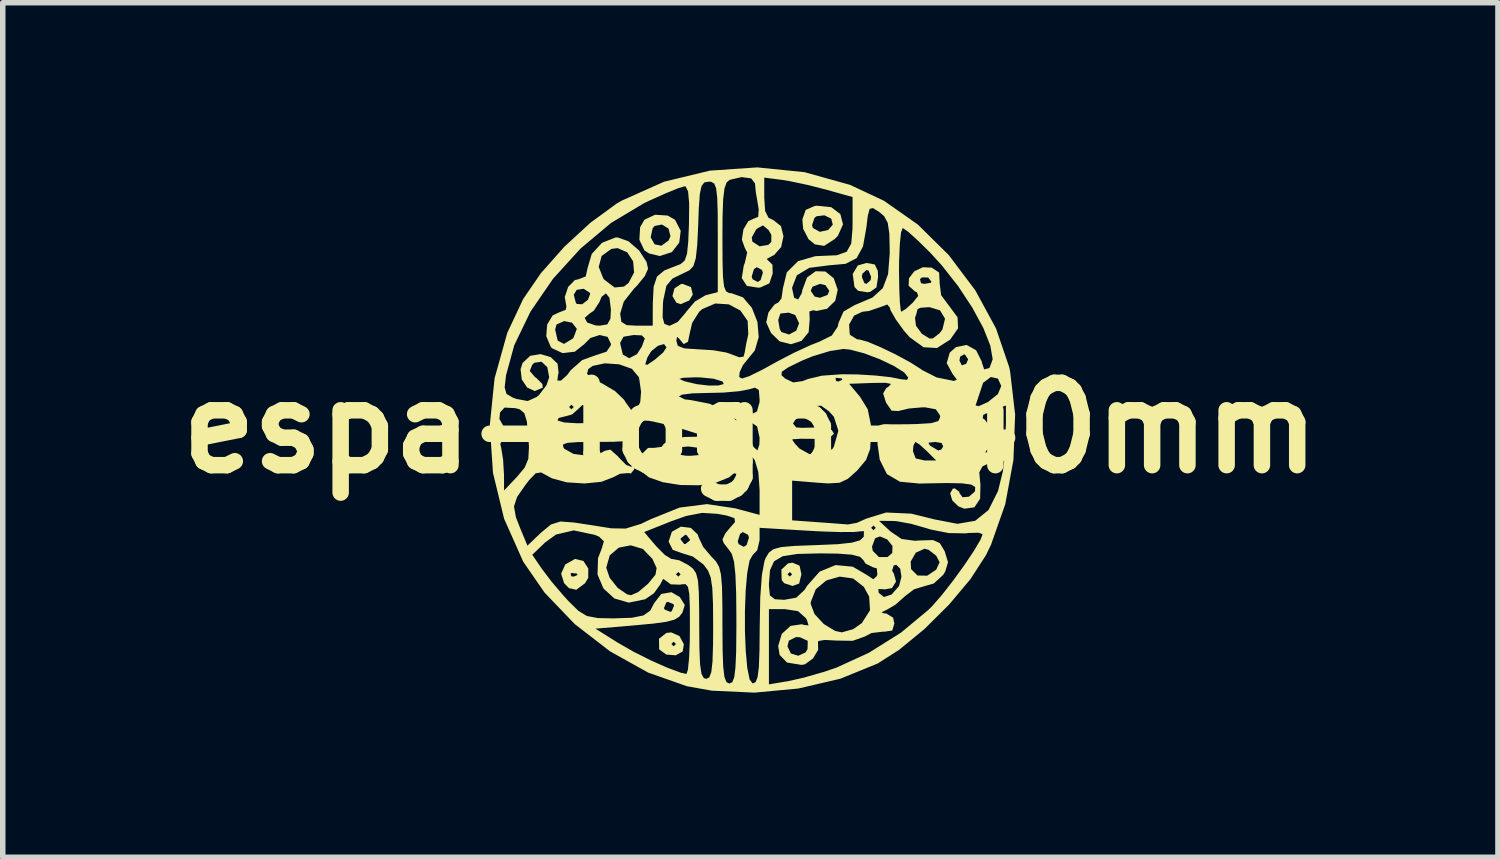
<source format=kicad_pcb>
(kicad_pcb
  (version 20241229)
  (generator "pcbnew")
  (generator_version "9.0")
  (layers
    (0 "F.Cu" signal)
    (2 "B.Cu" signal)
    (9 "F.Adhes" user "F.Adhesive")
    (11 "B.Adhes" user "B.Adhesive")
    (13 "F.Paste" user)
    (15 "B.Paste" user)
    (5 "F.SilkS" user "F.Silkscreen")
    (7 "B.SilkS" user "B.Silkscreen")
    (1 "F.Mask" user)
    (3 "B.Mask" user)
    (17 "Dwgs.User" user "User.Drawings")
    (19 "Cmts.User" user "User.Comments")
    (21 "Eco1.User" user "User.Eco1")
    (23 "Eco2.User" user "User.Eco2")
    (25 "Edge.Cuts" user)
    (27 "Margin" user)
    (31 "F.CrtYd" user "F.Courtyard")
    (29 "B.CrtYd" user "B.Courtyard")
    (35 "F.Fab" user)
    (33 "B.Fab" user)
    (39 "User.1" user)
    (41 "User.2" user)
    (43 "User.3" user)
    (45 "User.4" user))
  (footprint "espa-logo-40mm"
    (layer "F.Cu")
    (at 10.621 4.747)
    (property "Reference" "espa-logo-40mm" (at 0 0 0) (layer "F.SilkS") (effects (font (size 1.5 1.5) (thickness 0.3))))
    (attr board_only exclude_from_pos_files exclude_from_bom)
    (fp_poly (pts (xy -1.081 -2.565) (xy -1.048 -2.43) (xy -1.112 -2.323) (xy -1.269 -2.255) (xy -1.346 -2.281) (xy -1.419 -2.402) (xy -1.382 -2.543) (xy -1.26 -2.623) (xy -1.235 -2.625)) (stroke (width 0) (type solid)) (fill yes) (layer "F.SilkS"))
    (fp_poly (pts (xy 0.897 2.509) (xy 0.931 2.667) (xy 0.89 2.835) (xy 0.771 2.879) (xy 0.618 2.83) (xy 0.572 2.773) (xy 0.568 2.667) (xy 0.677 2.667) (xy 0.72 2.709) (xy 0.762 2.667) (xy 0.72 2.625) (xy 0.677 2.667) (xy 0.568 2.667) (xy 0.566 2.581) (xy 0.687 2.468) (xy 0.769 2.455)) (stroke (width 0) (type solid)) (fill yes) (layer "F.SilkS"))
    (fp_poly (pts (xy -1.291 3.792) (xy -1.211 3.941) (xy -1.232 4.072) (xy -1.359 4.143) (xy -1.531 4.129) (xy -1.654 4.04) (xy -1.661 4.026) (xy -1.662 3.937) (xy -1.439 3.937) (xy -1.397 3.979) (xy -1.355 3.937) (xy -1.397 3.895) (xy -1.439 3.937) (xy -1.662 3.937) (xy -1.664 3.842) (xy -1.531 3.736) (xy -1.443 3.725)) (stroke (width 0) (type solid)) (fill yes) (layer "F.SilkS"))
    (fp_poly (pts (xy -3.041 2.424) (xy -2.952 2.562) (xy -2.953 2.733) (xy -3.012 2.83) (xy -3.172 2.949) (xy -3.304 2.919) (xy -3.393 2.829) (xy -3.447 2.655) (xy -3.446 2.653) (xy -3.274 2.653) (xy -3.262 2.703) (xy -3.217 2.709) (xy -3.148 2.678) (xy -3.161 2.653) (xy -3.261 2.643) (xy -3.274 2.653) (xy -3.446 2.653) (xy -3.371 2.487) (xy -3.194 2.387) (xy -3.193 2.387)) (stroke (width 0) (type solid)) (fill yes) (layer "F.SilkS"))
    (fp_poly (pts (xy 2.268 -2.978) (xy 2.323 -2.861) (xy 2.328 -2.752) (xy 2.298 -2.56) (xy 2.185 -2.48) (xy 2.137 -2.471) (xy 1.962 -2.499) (xy 1.897 -2.571) (xy 1.873 -2.752) (xy 2.032 -2.752) (xy 2.078 -2.639) (xy 2.117 -2.625) (xy 2.192 -2.693) (xy 2.201 -2.752) (xy 2.156 -2.864) (xy 2.117 -2.879) (xy 2.042 -2.81) (xy 2.032 -2.752) (xy 1.873 -2.752) (xy 1.866 -2.805) (xy 1.959 -2.961) (xy 2.118 -3.006)) (stroke (width 0) (type solid)) (fill yes) (layer "F.SilkS"))
    (fp_poly (pts (xy -1.508 -3.87) (xy -1.372 -3.793) (xy -1.268 -3.591) (xy -1.295 -3.376) (xy -1.429 -3.204) (xy -1.646 -3.133) (xy -1.651 -3.133) (xy -1.845 -3.179) (xy -1.93 -3.234) (xy -2.021 -3.428) (xy -2.019 -3.473) (xy -1.816 -3.473) (xy -1.745 -3.346) (xy -1.62 -3.32) (xy -1.488 -3.416) (xy -1.455 -3.494) (xy -1.491 -3.633) (xy -1.611 -3.706) (xy -1.742 -3.68) (xy -1.779 -3.64) (xy -1.816 -3.473) (xy -2.019 -3.473) (xy -2.008 -3.657) (xy -1.93 -3.793) (xy -1.737 -3.884)) (stroke (width 0) (type solid)) (fill yes) (layer "F.SilkS"))
    (fp_poly (pts (xy 1.475 -4.022) (xy 1.641 -3.895) (xy 1.689 -3.709) (xy 1.597 -3.503) (xy 1.538 -3.442) (xy 1.345 -3.317) (xy 1.175 -3.345) (xy 1.06 -3.44) (xy 0.963 -3.627) (xy 0.957 -3.694) (xy 1.124 -3.694) (xy 1.141 -3.643) (xy 1.265 -3.573) (xy 1.418 -3.606) (xy 1.503 -3.704) (xy 1.473 -3.814) (xy 1.35 -3.874) (xy 1.209 -3.857) (xy 1.17 -3.829) (xy 1.124 -3.694) (xy 0.957 -3.694) (xy 0.948 -3.799) (xy 1.009 -3.973) (xy 1.173 -4.044) (xy 1.212 -4.049)) (stroke (width 0) (type solid)) (fill yes) (layer "F.SilkS"))
    (fp_poly (pts (xy 0.988 -4.66) (xy 1.816 -4.429) (xy 2.435 -4.139) (xy 3.052 -3.706) (xy 3.616 -3.149) (xy 4.1 -2.506) (xy 4.476 -1.814) (xy 4.716 -1.111) (xy 4.733 -1.033) (xy 4.825 -0.243) (xy 4.794 0.583) (xy 4.645 1.391) (xy 4.385 2.13) (xy 4.292 2.321) (xy 4.01 2.756) (xy 3.621 3.219) (xy 3.173 3.664) (xy 2.71 4.044) (xy 2.321 4.292) (xy 1.642 4.569) (xy 0.876 4.748) (xy 0.076 4.823) (xy -0.703 4.787) (xy -1.156 4.706) (xy -1.863 4.457) (xy -2.557 4.07) (xy -3.199 3.574) (xy -3.75 2.999) (xy -4.139 2.435) (xy -4.194 2.311) (xy -3.973 2.311) (xy -3.793 2.574) (xy -3.623 2.798) (xy -3.404 3.056) (xy -3.314 3.154) (xy -3.133 3.332) (xy -2.977 3.427) (xy -2.78 3.464) (xy -2.502 3.47) (xy -2.161 3.459) (xy -1.949 3.417) (xy -1.825 3.331) (xy -1.799 3.282) (xy -1.573 3.282) (xy -1.562 3.309) (xy -1.459 3.351) (xy -1.432 3.34) (xy -1.39 3.237) (xy -1.401 3.21) (xy -1.504 3.168) (xy -1.531 3.179) (xy -1.573 3.282) (xy -1.799 3.282) (xy -1.753 3.194) (xy -1.622 3.025) (xy -1.438 2.993) (xy -1.286 3.08) (xy -1.194 3.226) (xy -1.238 3.367) (xy -1.296 3.441) (xy -1.382 3.493) (xy -1.528 3.532) (xy -1.767 3.565) (xy -2.132 3.599) (xy -2.279 3.612) (xy -2.822 3.657) (xy -2.406 3.918) (xy -2.13 4.076) (xy -1.816 4.234) (xy -1.512 4.369) (xy -1.27 4.459) (xy -1.164 4.483) (xy -1.137 4.406) (xy -1.116 4.196) (xy -1.103 3.888) (xy -1.101 3.649) (xy -1.102 3.267) (xy -1.112 3.026) (xy -1.136 2.895) (xy -1.181 2.846) (xy -1.253 2.85) (xy -1.279 2.856) (xy -1.45 2.85) (xy -1.523 2.795) (xy -1.588 2.75) (xy -1.643 2.855) (xy -1.757 3.013) (xy -1.916 3.122) (xy -2.215 3.183) (xy -2.477 3.107) (xy -2.676 2.925) (xy -2.784 2.67) (xy -2.78 2.546) (xy -2.625 2.546) (xy -2.563 2.73) (xy -2.417 2.914) (xy -2.244 3.033) (xy -2.174 3.048) (xy -2.044 2.991) (xy -1.877 2.851) (xy -1.858 2.832) (xy -1.728 2.674) (xy -1.727 2.667) (xy -1.355 2.667) (xy -1.312 2.709) (xy -1.27 2.667) (xy -1.312 2.625) (xy -1.355 2.667) (xy -1.727 2.667) (xy -1.707 2.553) (xy -1.783 2.388) (xy -1.783 2.387) (xy -1.958 2.205) (xy -2.179 2.139) (xy -2.396 2.181) (xy -2.561 2.322) (xy -2.625 2.546) (xy -2.78 2.546) (xy -2.775 2.373) (xy -2.706 2.195) (xy -2.668 2.066) (xy -2.754 1.982) (xy -2.838 1.947) (xy -3.076 1.897) (xy -1.934 1.897) (xy -1.715 2.155) (xy -1.559 2.313) (xy -1.437 2.388) (xy -1.416 2.389) (xy -1.292 2.413) (xy -1.133 2.496) (xy -1.046 2.562) (xy -0.989 2.646) (xy -0.954 2.78) (xy -0.938 2.998) (xy -0.932 3.332) (xy -0.931 3.6) (xy -0.928 4.027) (xy -0.915 4.312) (xy -0.89 4.479) (xy -0.849 4.557) (xy -0.804 4.572) (xy -0.748 4.546) (xy -0.711 4.449) (xy -0.689 4.255) (xy -0.679 3.937) (xy -0.677 3.625) (xy -0.68 3.204) (xy -0.693 2.917) (xy -0.721 2.727) (xy -0.771 2.599) (xy -0.848 2.496) (xy -0.861 2.482) (xy -1.05 2.342) (xy -1.233 2.286) (xy -1.413 2.222) (xy -1.489 2.071) (xy -1.476 2.032) (xy -1.27 2.032) (xy -1.206 2.114) (xy -1.185 2.117) (xy -1.103 2.052) (xy -1.101 2.032) (xy -1.165 1.95) (xy -1.185 1.947) (xy -1.268 2.012) (xy -1.27 2.032) (xy -1.476 2.032) (xy -1.43 1.894) (xy -1.427 1.89) (xy -1.265 1.799) (xy -1.084 1.821) (xy -0.958 1.942) (xy -0.943 1.989) (xy -0.86 2.166) (xy -0.709 2.345) (xy -0.626 2.432) (xy -0.569 2.531) (xy -0.534 2.675) (xy -0.516 2.897) (xy -0.509 3.229) (xy -0.508 3.594) (xy -0.505 4.044) (xy -0.494 4.349) (xy -0.472 4.536) (xy -0.436 4.63) (xy -0.383 4.657) (xy -0.381 4.657) (xy -0.329 4.633) (xy -0.293 4.544) (xy -0.271 4.366) (xy -0.258 4.075) (xy -0.254 3.645) (xy -0.254 3.508) (xy -0.255 3.326) (xy -0.098 3.326) (xy -0.098 3.709) (xy -0.083 4.071) (xy -0.055 4.374) (xy -0.013 4.582) (xy 0.042 4.657) (xy 0.097 4.631) (xy 0.133 4.538) (xy 0.156 4.352) (xy 0.167 4.046) (xy 0.171 3.619) (xy 0.177 3.302) (xy 0.339 3.302) (xy 0.339 3.987) (xy 0.339 4.672) (xy 0.699 4.612) (xy 0.981 4.548) (xy 1.329 4.448) (xy 1.568 4.368) (xy 2.16 4.097) (xy 2.745 3.73) (xy 3.246 3.314) (xy 3.316 3.244) (xy 3.492 3.042) (xy 3.695 2.782) (xy 3.898 2.502) (xy 4.074 2.24) (xy 4.194 2.037) (xy 4.233 1.936) (xy 4.159 1.909) (xy 3.976 1.914) (xy 3.916 1.921) (xy 3.614 1.916) (xy 3.278 1.849) (xy 3.217 1.829) (xy 2.93 1.747) (xy 2.664 1.699) (xy 2.591 1.695) (xy 2.346 1.693) (xy 2.555 1.887) (xy 2.756 2.023) (xy 2.997 2.056) (xy 3.101 2.05) (xy 3.328 2.043) (xy 3.453 2.099) (xy 3.542 2.247) (xy 3.602 2.447) (xy 3.551 2.618) (xy 3.515 2.677) (xy 3.342 2.835) (xy 3.186 2.879) (xy 2.984 2.94) (xy 2.828 3.058) (xy 2.646 3.219) (xy 2.498 3.307) (xy 2.389 3.36) (xy 2.435 3.379) (xy 2.477 3.381) (xy 2.601 3.456) (xy 2.625 3.562) (xy 2.586 3.692) (xy 2.441 3.713) (xy 2.425 3.711) (xy 2.208 3.737) (xy 2.085 3.801) (xy 1.865 3.879) (xy 1.567 3.874) (xy 1.353 3.863) (xy 1.239 3.883) (xy 1.233 3.903) (xy 1.236 4.044) (xy 1.141 4.201) (xy 0.998 4.306) (xy 0.935 4.318) (xy 0.669 4.275) (xy 0.534 4.136) (xy 0.509 3.979) (xy 0.677 3.979) (xy 0.739 4.11) (xy 0.874 4.151) (xy 1.006 4.09) (xy 1.043 4.03) (xy 1.046 3.879) (xy 0.904 3.814) (xy 0.833 3.81) (xy 0.702 3.876) (xy 0.677 3.979) (xy 0.509 3.979) (xy 0.508 3.973) (xy 0.573 3.753) (xy 0.734 3.607) (xy 0.937 3.577) (xy 0.982 3.59) (xy 1.061 3.598) (xy 1.032 3.502) (xy 1.015 3.469) (xy 0.869 3.338) (xy 0.632 3.302) (xy 0.339 3.302) (xy 0.177 3.302) (xy 0.179 3.21) (xy 1.101 3.21) (xy 1.17 3.391) (xy 1.339 3.573) (xy 1.545 3.699) (xy 1.666 3.725) (xy 1.873 3.667) (xy 2.032 3.556) (xy 2.181 3.322) (xy 2.165 3.072) (xy 2.09 2.936) (xy 2.332 2.936) (xy 2.34 3.005) (xy 2.434 3.081) (xy 2.573 3.036) (xy 2.704 2.888) (xy 2.711 2.875) (xy 2.754 2.712) (xy 2.731 2.565) (xy 2.66 2.494) (xy 2.612 2.506) (xy 2.583 2.602) (xy 2.616 2.656) (xy 2.655 2.8) (xy 2.581 2.918) (xy 2.442 2.943) (xy 2.426 2.938) (xy 2.332 2.936) (xy 2.09 2.936) (xy 2.07 2.898) (xy 1.874 2.743) (xy 1.629 2.709) (xy 1.385 2.779) (xy 1.193 2.939) (xy 1.102 3.171) (xy 1.101 3.21) (xy 0.179 3.21) (xy 0.181 3.083) (xy 0.197 2.873) (xy 0.339 2.873) (xy 0.357 3.052) (xy 0.446 3.121) (xy 0.614 3.132) (xy 0.837 3.093) (xy 0.991 2.948) (xy 1.034 2.877) (xy 1.263 2.618) (xy 1.554 2.499) (xy 1.866 2.528) (xy 2.127 2.681) (xy 2.241 2.757) (xy 2.301 2.704) (xy 2.315 2.671) (xy 2.305 2.559) (xy 2.238 2.54) (xy 2.099 2.472) (xy 2.076 2.435) (xy 2.922 2.435) (xy 2.929 2.572) (xy 3.047 2.689) (xy 3.224 2.692) (xy 3.387 2.582) (xy 3.449 2.447) (xy 3.387 2.328) (xy 3.248 2.221) (xy 3.175 2.201) (xy 3.015 2.273) (xy 2.922 2.435) (xy 2.076 2.435) (xy 2.063 2.413) (xy 2.001 2.349) (xy 1.855 2.31) (xy 1.595 2.29) (xy 1.264 2.286) (xy 0.856 2.296) (xy 0.589 2.338) (xy 0.433 2.43) (xy 0.359 2.591) (xy 0.339 2.839) (xy 0.339 2.873) (xy 0.197 2.873) (xy 0.211 2.678) (xy 0.259 2.421) (xy 0.279 2.371) (xy 0.338 2.272) (xy 0.421 2.209) (xy 0.563 2.171) (xy 0.652 2.163) (xy 2.217 2.163) (xy 2.23 2.238) (xy 2.344 2.353) (xy 2.5 2.353) (xy 2.587 2.278) (xy 2.59 2.15) (xy 2.495 2.032) (xy 2.363 1.977) (xy 2.275 2.009) (xy 2.217 2.163) (xy 0.652 2.163) (xy 0.8 2.15) (xy 1.168 2.136) (xy 1.201 2.135) (xy 1.597 2.118) (xy 1.853 2.09) (xy 1.999 2.048) (xy 2.064 1.984) (xy 2.067 1.977) (xy 2.07 1.881) (xy 2.012 1.884) (xy 1.886 1.896) (xy 1.633 1.897) (xy 1.294 1.886) (xy 1.037 1.872) (xy 0.17 1.82) (xy 2.201 1.82) (xy 2.244 1.863) (xy 2.286 1.82) (xy 2.244 1.778) (xy 2.201 1.82) (xy 0.17 1.82) (xy 0.169 1.82) (xy 0.169 2.044) (xy 0.126 2.228) (xy 0.042 2.317) (xy -0.014 2.416) (xy -0.056 2.642) (xy -0.084 2.958) (xy -0.098 3.326) (xy -0.255 3.326) (xy -0.258 3.016) (xy -0.272 2.668) (xy -0.297 2.436) (xy -0.338 2.295) (xy -0.381 2.232) (xy -0.485 2.097) (xy -0.495 2.068) (xy -0.229 2.068) (xy -0.212 2.117) (xy -0.118 2.167) (xy -0.066 2.131) (xy -0.025 1.996) (xy -0.042 1.947) (xy -0.136 1.897) (xy -0.188 1.933) (xy -0.229 2.068) (xy -0.495 2.068) (xy -0.508 2.032) (xy -0.454 1.919) (xy -0.381 1.832) (xy -0.279 1.715) (xy -0.289 1.644) (xy -0.432 1.596) (xy -0.602 1.565) (xy -0.877 1.548) (xy -1.169 1.604) (xy -1.442 1.701) (xy -1.934 1.897) (xy -3.076 1.897) (xy -3.218 1.867) (xy -3.541 1.943) (xy -3.739 2.087) (xy -3.973 2.311) (xy -4.194 2.311) (xy -4.486 1.655) (xy -4.54 1.432) (xy -4.306 1.432) (xy -4.271 1.627) (xy -4.189 1.837) (xy -4.061 2.145) (xy -3.813 1.908) (xy -3.631 1.758) (xy -3.46 1.705) (xy -3.214 1.723) (xy -3.201 1.725) (xy -2.885 1.773) (xy -2.578 1.822) (xy -2.532 1.829) (xy -2.273 1.834) (xy -1.994 1.749) (xy -1.812 1.662) (xy -1.288 1.451) (xy -0.788 1.388) (xy -0.275 1.465) (xy 0.169 1.584) (xy 0.169 1.125) (xy 0.157 0.96) (xy 0.762 0.96) (xy 0.762 1.322) (xy 0.762 1.684) (xy 1.206 1.716) (xy 1.485 1.736) (xy 1.705 1.753) (xy 1.778 1.759) (xy 1.942 1.729) (xy 2.117 1.651) (xy 2.474 1.541) (xy 2.934 1.562) (xy 3.359 1.667) (xy 3.773 1.747) (xy 4.097 1.692) (xy 4.34 1.496) (xy 4.513 1.15) (xy 4.601 0.792) (xy 4.625 0.612) (xy 4.578 0.564) (xy 4.417 0.613) (xy 4.395 0.622) (xy 4.229 0.701) (xy 4.172 0.809) (xy 4.19 1.011) (xy 4.193 1.028) (xy 4.187 1.29) (xy 4.083 1.446) (xy 3.902 1.472) (xy 3.791 1.429) (xy 3.679 1.32) (xy 3.641 1.19) (xy 3.69 1.107) (xy 3.725 1.101) (xy 3.808 1.165) (xy 3.81 1.185) (xy 3.866 1.263) (xy 3.983 1.253) (xy 4.084 1.166) (xy 4.095 1.143) (xy 4.097 1.077) (xy 4.027 1.033) (xy 3.862 1.01) (xy 3.578 1.004) (xy 3.152 1.012) (xy 3.087 1.014) (xy 2.726 0.98) (xy 2.489 0.841) (xy 2.358 0.579) (xy 2.336 0.423) (xy 2.963 0.423) (xy 3.013 0.556) (xy 3.175 0.593) (xy 3.387 0.593) (xy 3.217 0.423) (xy 3.081 0.3) (xy 3.029 0.269) (xy 3.244 0.269) (xy 3.271 0.318) (xy 3.302 0.339) (xy 3.423 0.411) (xy 3.478 0.394) (xy 3.514 0.339) (xy 3.486 0.275) (xy 3.37 0.255) (xy 3.244 0.269) (xy 3.029 0.269) (xy 3.006 0.254) (xy 2.971 0.325) (xy 2.963 0.423) (xy 2.336 0.423) (xy 2.318 0.296) (xy 2.316 0.12) (xy 4.155 0.12) (xy 4.171 0.23) (xy 4.2 0.231) (xy 4.22 0.118) (xy 4.207 0.069) (xy 4.169 0.037) (xy 4.155 0.12) (xy 2.316 0.12) (xy 2.315 0.059) (xy 2.352 -0.049) (xy 2.439 -0.069) (xy 2.603 -0.065) (xy 2.864 -0.067) (xy 3.033 -0.071) (xy 3.296 -0.087) (xy 3.426 -0.125) (xy 3.45 -0.177) (xy 4.234 -0.177) (xy 4.276 -0.147) (xy 4.38 -0.005) (xy 4.393 0.203) (xy 4.315 0.397) (xy 4.297 0.417) (xy 4.284 0.455) (xy 4.388 0.404) (xy 4.424 0.382) (xy 4.588 0.239) (xy 4.651 0.045) (xy 4.657 -0.087) (xy 4.657 -0.409) (xy 4.403 -0.313) (xy 4.244 -0.238) (xy 4.234 -0.177) (xy 3.45 -0.177) (xy 3.459 -0.198) (xy 3.454 -0.233) (xy 3.379 -0.34) (xy 3.186 -0.375) (xy 3.131 -0.375) (xy 2.89 -0.354) (xy 2.709 -0.311) (xy 2.703 -0.308) (xy 2.574 -0.315) (xy 2.473 -0.46) (xy 2.42 -0.628) (xy 2.475 -0.724) (xy 2.502 -0.742) (xy 3.952 -0.742) (xy 3.954 -0.648) (xy 3.993 -0.554) (xy 4.07 -0.417) (xy 4.163 -0.397) (xy 4.33 -0.472) (xy 4.511 -0.617) (xy 4.572 -0.764) (xy 4.512 -0.899) (xy 4.383 -0.928) (xy 4.276 -0.847) (xy 4.156 -0.775) (xy 4.061 -0.762) (xy 3.952 -0.742) (xy 2.502 -0.742) (xy 2.522 -0.754) (xy 2.564 -0.802) (xy 2.464 -0.822) (xy 2.234 -0.82) (xy 1.801 -0.804) (xy 2.001 -0.565) (xy 2.139 -0.341) (xy 2.196 -0.063) (xy 2.201 0.098) (xy 2.183 0.383) (xy 2.109 0.582) (xy 1.949 0.774) (xy 1.944 0.779) (xy 1.777 0.928) (xy 1.625 0.999) (xy 1.417 1.011) (xy 1.224 0.998) (xy 0.762 0.96) (xy 0.157 0.96) (xy 0.146 0.805) (xy 0.082 0.59) (xy 0.051 0.547) (xy -0.047 0.478) (xy -0.1 0.559) (xy -0.108 0.587) (xy -0.205 0.742) (xy -0.381 0.897) (xy -0.384 0.899) (xy -0.629 0.999) (xy -0.94 1.045) (xy -1.274 1.04) (xy -1.59 0.99) (xy -1.847 0.901) (xy -2.003 0.777) (xy -2.031 0.688) (xy -1.981 0.48) (xy -1.923 0.423) (xy -1.439 0.423) (xy -1.364 0.476) (xy -1.176 0.506) (xy -1.096 0.508) (xy -0.881 0.49) (xy -0.799 0.442) (xy -0.804 0.423) (xy -0.917 0.366) (xy -1.122 0.339) (xy -1.148 0.339) (xy -1.342 0.36) (xy -1.437 0.413) (xy -1.439 0.423) (xy -1.923 0.423) (xy -1.863 0.364) (xy -1.751 0.363) (xy -1.617 0.345) (xy -1.576 0.291) (xy -1.468 0.212) (xy -0.762 0.212) (xy -0.72 0.254) (xy -0.677 0.212) (xy -0.72 0.169) (xy -0.762 0.212) (xy -1.468 0.212) (xy -1.454 0.202) (xy -1.19 0.164) (xy -1.167 0.164) (xy -0.804 0.158) (xy -1.185 0.035) (xy -1.485 -0.051) (xy -1.77 -0.116) (xy -1.841 -0.129) (xy -2.03 -0.141) (xy -2.105 -0.083) (xy -2.117 0.043) (xy -2.124 0.147) (xy -2.168 0.21) (xy -2.284 0.241) (xy -2.505 0.253) (xy -2.804 0.254) (xy -3.141 0.258) (xy -3.335 0.272) (xy -3.414 0.303) (xy -3.405 0.357) (xy -3.387 0.381) (xy -3.222 0.473) (xy -2.983 0.505) (xy -2.755 0.475) (xy -2.652 0.417) (xy -2.55 0.395) (xy -2.411 0.519) (xy -2.393 0.541) (xy -2.263 0.673) (xy -2.175 0.706) (xy -2.17 0.703) (xy -2.122 0.716) (xy -2.117 0.757) (xy -2.176 0.83) (xy -2.226 0.823) (xy -2.374 0.835) (xy -2.496 0.898) (xy -2.715 0.982) (xy -3.022 1.012) (xy -3.346 0.991) (xy -3.615 0.918) (xy -3.678 0.884) (xy -3.811 0.811) (xy -3.91 0.826) (xy -4.029 0.95) (xy -4.099 1.041) (xy -4.251 1.26) (xy -4.306 1.432) (xy -4.54 1.432) (xy -4.689 0.818) (xy -4.747 -0.046) (xy -4.735 -0.164) (xy -4.572 -0.164) (xy -4.497 -0.031) (xy -4.36 0.035) (xy -4.191 0.112) (xy -4.155 0.196) (xy -4.251 0.241) (xy -4.367 0.232) (xy -4.522 0.22) (xy -4.555 0.293) (xy -4.538 0.37) (xy -4.504 0.582) (xy -4.489 0.841) (xy -4.488 0.845) (xy -4.487 1.14) (xy -4.248 0.887) (xy -4.111 0.723) (xy -4.045 0.564) (xy -4.033 0.345) (xy -4.044 0.157) (xy -4.072 -0.12) (xy -4.077 -0.136) (xy -3.513 -0.136) (xy -3.393 -0.1) (xy -3.15 -0.085) (xy -3.144 -0.085) (xy -2.89 -0.09) (xy -2.773 -0.115) (xy -2.758 -0.176) (xy -2.794 -0.254) (xy -2.919 -0.388) (xy -3.057 -0.419) (xy -3.148 -0.334) (xy -3.247 -0.246) (xy -3.322 -0.224) (xy -3.494 -0.181) (xy -3.513 -0.136) (xy -4.077 -0.136) (xy -4.118 -0.27) (xy -4.203 -0.34) (xy -4.281 -0.36) (xy -4.478 -0.371) (xy -4.56 -0.283) (xy -4.572 -0.164) (xy -4.735 -0.164) (xy -4.713 -0.381) (xy -3.302 -0.381) (xy -3.26 -0.339) (xy -3.217 -0.381) (xy -3.26 -0.423) (xy -3.302 -0.381) (xy -4.713 -0.381) (xy -4.677 -0.738) (xy -4.476 -0.738) (xy -4.442 -0.62) (xy -4.323 -0.55) (xy -4.264 -0.529) (xy -4.056 -0.49) (xy -3.893 -0.564) (xy -3.849 -0.601) (xy -3.714 -0.778) (xy -3.665 -0.923) (xy -3.699 -1.107) (xy -3.805 -1.207) (xy -3.935 -1.187) (xy -3.972 -1.152) (xy -4.019 -1.039) (xy -3.927 -0.93) (xy -3.899 -0.91) (xy -3.789 -0.801) (xy -3.782 -0.733) (xy -3.928 -0.672) (xy -4.066 -0.736) (xy -4.164 -0.883) (xy -4.186 -1.07) (xy -4.149 -1.185) (xy -4.008 -1.315) (xy -3.821 -1.345) (xy -3.638 -1.291) (xy -3.512 -1.171) (xy -3.493 -1.001) (xy -3.502 -0.975) (xy -3.516 -0.862) (xy -3.45 -0.862) (xy -3.337 -0.964) (xy -3.32 -0.987) (xy -2.976 -0.987) (xy -2.879 -0.899) (xy -2.701 -0.811) (xy -2.467 -0.673) (xy -2.299 -0.512) (xy -2.27 -0.464) (xy -2.164 -0.318) (xy -2.069 -0.326) (xy -2.005 -0.476) (xy -1.997 -0.575) (xy -1.301 -0.575) (xy -1.301 -0.574) (xy -1.193 -0.52) (xy -1.075 -0.506) (xy -0.738 -0.44) (xy -0.41 -0.273) (xy -0.151 -0.042) (xy -0.05 0.121) (xy 0.059 0.347) (xy 0.129 0.409) (xy 0.164 0.308) (xy 0.168 0.214) (xy 0.762 0.214) (xy 0.814 0.288) (xy 0.895 0.375) (xy 1.099 0.489) (xy 1.322 0.49) (xy 1.496 0.383) (xy 1.521 0.344) (xy 1.604 0.052) (xy 1.523 -0.202) (xy 1.434 -0.302) (xy 1.291 -0.405) (xy 1.16 -0.398) (xy 1.038 -0.336) (xy 0.848 -0.197) (xy 0.778 -0.079) (xy 0.836 -0.009) (xy 0.943 -0.002) (xy 1.293 -0.01) (xy 1.484 0.038) (xy 1.524 0.106) (xy 1.445 0.178) (xy 1.206 0.2) (xy 1.143 0.199) (xy 0.916 0.197) (xy 0.78 0.206) (xy 0.762 0.214) (xy 0.168 0.214) (xy 0.169 0.179) (xy 0.124 -0.027) (xy -0.021 -0.128) (xy -0.212 -0.191) (xy -0.021 -0.228) (xy 0.121 -0.3) (xy 0.168 -0.47) (xy 0.169 -0.52) (xy 0.155 -0.692) (xy 0.085 -0.734) (xy -0.021 -0.704) (xy -0.204 -0.669) (xy -0.489 -0.644) (xy -0.777 -0.637) (xy -1.054 -0.63) (xy -1.242 -0.607) (xy -1.301 -0.575) (xy -1.997 -0.575) (xy -1.99 -0.657) (xy -2.024 -0.893) (xy -1.292 -0.893) (xy -1.214 -0.856) (xy -1.185 -0.847) (xy -0.973 -0.797) (xy -0.756 -0.772) (xy -0.578 -0.774) (xy -0.484 -0.8) (xy -0.508 -0.847) (xy -0.667 -0.896) (xy -0.916 -0.921) (xy -1.016 -0.922) (xy -1.231 -0.913) (xy -1.292 -0.893) (xy -2.024 -0.893) (xy -2.028 -0.921) (xy -2.154 -1.073) (xy -2.159 -1.077) (xy -2.389 -1.159) (xy -2.39 -1.159) (xy -1.914 -1.159) (xy -1.878 -1.149) (xy -1.737 -1.246) (xy -1.589 -1.374) (xy -1.527 -1.467) (xy -1.572 -1.528) (xy -1.682 -1.497) (xy -1.803 -1.4) (xy -1.873 -1.289) (xy -1.914 -1.159) (xy -2.39 -1.159) (xy -2.65 -1.177) (xy -2.871 -1.13) (xy -2.951 -1.074) (xy -2.976 -0.987) (xy -3.32 -0.987) (xy -3.27 -1.054) (xy -3.063 -1.236) (xy -2.837 -1.318) (xy -2.62 -1.389) (xy -2.542 -1.506) (xy -2.54 -1.533) (xy -2.542 -1.538) (xy -2.371 -1.538) (xy -2.323 -1.337) (xy -2.207 -1.27) (xy -2.066 -1.344) (xy -1.976 -1.482) (xy -1.938 -1.587) (xy -1.348 -1.587) (xy -1.321 -1.495) (xy -1.202 -1.449) (xy -0.953 -1.433) (xy -0.953 -1.433) (xy -0.673 -1.415) (xy -0.442 -1.375) (xy -0.381 -1.355) (xy -0.201 -1.287) (xy -0.123 -1.299) (xy -0.102 -1.376) (xy -0.075 -1.535) (xy -0.037 -1.706) (xy -0.049 -1.951) (xy -0.182 -2.14) (xy -0.393 -2.252) (xy -0.639 -2.267) (xy -0.876 -2.165) (xy -0.931 -2.117) (xy -1.059 -1.915) (xy -1.101 -1.736) (xy -1.136 -1.569) (xy -1.215 -1.527) (xy -1.299 -1.63) (xy -1.336 -1.66) (xy -1.348 -1.587) (xy -1.938 -1.587) (xy -1.922 -1.631) (xy -1.976 -1.686) (xy -2.125 -1.693) (xy -2.31 -1.662) (xy -2.37 -1.555) (xy -2.371 -1.538) (xy -2.542 -1.538) (xy -2.601 -1.659) (xy -2.745 -1.693) (xy -2.913 -1.639) (xy -3.028 -1.524) (xy -3.198 -1.389) (xy -3.42 -1.363) (xy -3.615 -1.453) (xy -3.636 -1.477) (xy -3.718 -1.672) (xy -3.709 -1.792) (xy -3.556 -1.792) (xy -3.51 -1.591) (xy -3.395 -1.531) (xy -3.241 -1.624) (xy -3.22 -1.647) (xy -3.161 -1.806) (xy -3.248 -1.918) (xy -3.392 -1.947) (xy -3.531 -1.884) (xy -3.556 -1.792) (xy -3.709 -1.792) (xy -3.701 -1.885) (xy -3.628 -2.005) (xy -3.018 -2.005) (xy -2.972 -1.921) (xy -2.821 -1.868) (xy -2.747 -1.863) (xy -2.607 -1.886) (xy -2.549 -1.988) (xy -2.54 -2.159) (xy -2.567 -2.371) (xy -2.631 -2.452) (xy -2.711 -2.387) (xy -2.749 -2.294) (xy -2.852 -2.135) (xy -2.93 -2.083) (xy -3.018 -2.005) (xy -3.628 -2.005) (xy -3.601 -2.05) (xy -3.491 -2.102) (xy -3.363 -2.152) (xy -3.351 -2.212) (xy -3.381 -2.385) (xy -3.367 -2.427) (xy -3.217 -2.427) (xy -3.18 -2.284) (xy -3.162 -2.259) (xy -3.064 -2.253) (xy -2.959 -2.334) (xy -2.918 -2.441) (xy -2.927 -2.465) (xy -3.038 -2.536) (xy -3.164 -2.515) (xy -3.217 -2.427) (xy -3.367 -2.427) (xy -3.319 -2.57) (xy -3.196 -2.694) (xy -3.131 -2.709) (xy -2.999 -2.76) (xy -2.963 -2.921) (xy -2.959 -2.934) (xy -2.762 -2.934) (xy -2.679 -2.724) (xy -2.662 -2.703) (xy -2.473 -2.559) (xy -2.302 -2.575) (xy -2.218 -2.642) (xy -2.118 -2.832) (xy -2.135 -3.035) (xy -2.243 -3.2) (xy -2.418 -3.276) (xy -2.532 -3.262) (xy -2.709 -3.133) (xy -2.762 -2.934) (xy -2.959 -2.934) (xy -2.889 -3.171) (xy -2.702 -3.373) (xy -2.459 -3.469) (xy -2.419 -3.471) (xy -2.222 -3.402) (xy -2.026 -3.233) (xy -1.891 -3.025) (xy -1.863 -2.901) (xy -1.921 -2.769) (xy -2.065 -2.591) (xy -2.117 -2.54) (xy -2.306 -2.3) (xy -2.371 -2.083) (xy -2.35 -1.934) (xy -2.254 -1.873) (xy -2.074 -1.863) (xy -1.778 -1.863) (xy -1.778 -2.013) (xy -1.598 -2.013) (xy -1.565 -1.896) (xy -1.48 -1.863) (xy -1.465 -1.863) (xy -1.322 -1.932) (xy -1.18 -2.097) (xy -1.17 -2.114) (xy -1.007 -2.305) (xy -0.814 -2.418) (xy -0.81 -2.419) (xy -0.593 -2.474) (xy -0.593 -3.462) (xy -0.508 -3.462) (xy -0.506 -3.035) (xy -0.498 -2.749) (xy -0.478 -2.577) (xy -0.442 -2.489) (xy -0.386 -2.458) (xy -0.345 -2.455) (xy -0.135 -2.38) (xy 0.028 -2.189) (xy 0.13 -1.931) (xy 0.153 -1.656) (xy 0.083 -1.413) (xy 0.008 -1.32) (xy -0.134 -1.145) (xy -0.194 -1.017) (xy -0.202 -0.927) (xy -0.151 -0.9) (xy -0.017 -0.944) (xy 0.017 -0.961) (xy 0.568 -0.961) (xy 0.637 -0.898) (xy 0.782 -0.829) (xy 0.952 -0.853) (xy 1.053 -0.892) (xy 1.099 -0.903) (xy 1.552 -0.903) (xy 1.564 -0.853) (xy 1.609 -0.847) (xy 1.678 -0.878) (xy 1.665 -0.903) (xy 1.565 -0.913) (xy 1.552 -0.903) (xy 1.099 -0.903) (xy 1.305 -0.952) (xy 1.67 -0.978) (xy 1.948 -0.975) (xy 2.278 -0.955) (xy 2.554 -0.925) (xy 2.722 -0.892) (xy 2.731 -0.889) (xy 2.853 -0.876) (xy 2.879 -0.915) (xy 2.805 -1.01) (xy 2.615 -1.13) (xy 2.357 -1.253) (xy 2.077 -1.359) (xy 1.822 -1.426) (xy 1.698 -1.439) (xy 1.451 -1.401) (xy 1.14 -1.307) (xy 0.939 -1.225) (xy 0.69 -1.103) (xy 0.574 -1.024) (xy 0.568 -0.961) (xy 0.017 -0.961) (xy 0.223 -1.063) (xy 0.495 -1.213) (xy 0.801 -1.372) (xy 1.101 -1.51) (xy 1.257 -1.571) (xy 1.484 -1.683) (xy 1.591 -1.842) (xy 1.601 -1.884) (xy 1.8 -1.884) (xy 1.811 -1.71) (xy 1.82 -1.694) (xy 1.943 -1.616) (xy 1.996 -1.609) (xy 2.138 -1.57) (xy 2.373 -1.471) (xy 2.648 -1.339) (xy 2.909 -1.198) (xy 3.104 -1.075) (xy 3.133 -1.053) (xy 3.395 -0.92) (xy 3.71 -0.856) (xy 3.764 -0.881) (xy 3.685 -0.984) (xy 3.578 -1.182) (xy 3.592 -1.228) (xy 3.81 -1.228) (xy 3.854 -1.14) (xy 3.933 -1.168) (xy 3.969 -1.249) (xy 3.915 -1.331) (xy 3.895 -1.341) (xy 3.823 -1.298) (xy 3.81 -1.228) (xy 3.592 -1.228) (xy 3.634 -1.373) (xy 3.747 -1.472) (xy 3.941 -1.512) (xy 4.114 -1.416) (xy 4.215 -1.214) (xy 4.219 -1.193) (xy 4.261 -1.067) (xy 4.346 -1.089) (xy 4.361 -1.101) (xy 4.416 -1.251) (xy 4.373 -1.5) (xy 4.245 -1.822) (xy 4.045 -2.191) (xy 3.789 -2.58) (xy 3.489 -2.962) (xy 3.275 -3.196) (xy 3.056 -3.412) (xy 2.88 -3.571) (xy 2.781 -3.64) (xy 2.776 -3.641) (xy 2.746 -3.562) (xy 2.724 -3.352) (xy 2.711 -3.049) (xy 2.709 -2.879) (xy 2.714 -2.543) (xy 2.725 -2.283) (xy 2.742 -2.136) (xy 2.752 -2.117) (xy 2.836 -2.17) (xy 2.957 -2.279) (xy 3.059 -2.405) (xy 3.035 -2.472) (xy 2.999 -2.488) (xy 2.884 -2.591) (xy 2.89 -2.711) (xy 3.091 -2.711) (xy 3.11 -2.637) (xy 3.17 -2.625) (xy 3.286 -2.644) (xy 3.302 -2.662) (xy 3.24 -2.741) (xy 3.128 -2.743) (xy 3.091 -2.711) (xy 2.89 -2.711) (xy 2.89 -2.726) (xy 2.987 -2.853) (xy 3.145 -2.928) (xy 3.306 -2.92) (xy 3.44 -2.831) (xy 3.449 -2.658) (xy 3.448 -2.652) (xy 3.476 -2.42) (xy 3.609 -2.241) (xy 3.776 -2.016) (xy 3.785 -1.814) (xy 3.641 -1.609) (xy 3.401 -1.456) (xy 3.156 -1.47) (xy 2.902 -1.654) (xy 2.801 -1.769) (xy 2.649 -1.979) (xy 2.633 -2.008) (xy 3.001 -2.008) (xy 3.018 -1.863) (xy 3.125 -1.716) (xy 3.264 -1.63) (xy 3.327 -1.631) (xy 3.446 -1.723) (xy 3.5 -1.793) (xy 3.548 -1.99) (xy 3.456 -2.143) (xy 3.262 -2.201) (xy 3.102 -2.189) (xy 3.048 -2.166) (xy 3.022 -2.066) (xy 3.001 -2.008) (xy 2.633 -2.008) (xy 2.555 -2.144) (xy 2.54 -2.195) (xy 2.495 -2.249) (xy 2.376 -2.204) (xy 2.161 -2.131) (xy 2.043 -2.117) (xy 1.891 -2.046) (xy 1.8 -1.884) (xy 1.601 -1.884) (xy 1.609 -1.918) (xy 1.698 -2.12) (xy 1.904 -2.24) (xy 1.92 -2.246) (xy 2.225 -2.375) (xy 2.414 -2.547) (xy 2.51 -2.802) (xy 2.54 -3.179) (xy 2.54 -3.226) (xy 2.533 -3.543) (xy 2.503 -3.739) (xy 2.437 -3.86) (xy 2.349 -3.934) (xy 2.235 -4.006) (xy 2.174 -3.992) (xy 2.14 -3.864) (xy 2.115 -3.654) (xy 2.053 -3.306) (xy 1.937 -3.094) (xy 1.736 -2.99) (xy 1.435 -2.963) (xy 1.075 -2.917) (xy 0.848 -2.781) (xy 0.763 -2.561) (xy 0.762 -2.539) (xy 0.798 -2.372) (xy 0.872 -2.341) (xy 0.937 -2.454) (xy 0.945 -2.498) (xy 1.101 -2.498) (xy 1.171 -2.394) (xy 1.27 -2.371) (xy 1.408 -2.424) (xy 1.439 -2.498) (xy 1.369 -2.601) (xy 1.27 -2.625) (xy 1.132 -2.572) (xy 1.101 -2.498) (xy 0.945 -2.498) (xy 0.947 -2.509) (xy 1.033 -2.741) (xy 1.19 -2.855) (xy 1.368 -2.85) (xy 1.52 -2.727) (xy 1.593 -2.516) (xy 1.547 -2.316) (xy 1.398 -2.171) (xy 1.205 -2.131) (xy 1.15 -2.145) (xy 1.076 -2.122) (xy 1.082 -1.981) (xy 1.063 -1.744) (xy 0.934 -1.586) (xy 0.742 -1.525) (xy 0.535 -1.577) (xy 0.377 -1.73) (xy 0.29 -1.923) (xy 0.3 -1.967) (xy 0.508 -1.967) (xy 0.536 -1.802) (xy 0.567 -1.747) (xy 0.706 -1.702) (xy 0.838 -1.773) (xy 0.889 -1.906) (xy 0.819 -2.057) (xy 0.699 -2.101) (xy 0.548 -2.084) (xy 0.508 -1.967) (xy 0.3 -1.967) (xy 0.328 -2.096) (xy 0.336 -2.111) (xy 0.44 -2.248) (xy 0.511 -2.286) (xy 0.568 -2.36) (xy 0.593 -2.537) (xy 0.593 -2.54) (xy 0.665 -2.835) (xy 0.869 -3.038) (xy 1.182 -3.129) (xy 1.263 -3.133) (xy 1.576 -3.146) (xy 1.756 -3.21) (xy 1.839 -3.36) (xy 1.862 -3.632) (xy 1.863 -3.721) (xy 1.863 -4.207) (xy 1.376 -4.343) (xy 1.046 -4.427) (xy 0.726 -4.495) (xy 0.572 -4.52) (xy 0.254 -4.561) (xy 0.254 -4.196) (xy 0.27 -3.953) (xy 0.332 -3.829) (xy 0.423 -3.785) (xy 0.558 -3.678) (xy 0.604 -3.493) (xy 0.562 -3.296) (xy 0.435 -3.151) (xy 0.402 -3.135) (xy 0.298 -3.078) (xy 0.323 -3.053) (xy 0.403 -2.975) (xy 0.408 -2.815) (xy 0.347 -2.634) (xy 0.187 -2.561) (xy 0.148 -2.555) (xy -0.063 -2.588) (xy -0.156 -2.731) (xy -0.151 -2.758) (xy 0.025 -2.758) (xy 0.042 -2.709) (xy 0.136 -2.659) (xy 0.188 -2.695) (xy 0.229 -2.83) (xy 0.212 -2.879) (xy 0.118 -2.929) (xy 0.066 -2.893) (xy 0.025 -2.758) (xy -0.151 -2.758) (xy -0.119 -2.962) (xy -0.102 -3.001) (xy -0.057 -3.196) (xy -0.102 -3.285) (xy -0.154 -3.431) (xy -0.148 -3.472) (xy 0.027 -3.472) (xy 0.037 -3.395) (xy 0.17 -3.309) (xy 0.327 -3.335) (xy 0.383 -3.39) (xy 0.382 -3.52) (xy 0.332 -3.606) (xy 0.231 -3.69) (xy 0.128 -3.635) (xy 0.103 -3.611) (xy 0.027 -3.472) (xy -0.148 -3.472) (xy -0.126 -3.616) (xy -0.038 -3.766) (xy 0.055 -3.81) (xy 0.144 -3.846) (xy 0.153 -3.981) (xy 0.138 -4.075) (xy 0.1 -4.298) (xy 0.085 -4.456) (xy 0.015 -4.547) (xy -0.16 -4.57) (xy -0.374 -4.521) (xy -0.432 -4.473) (xy -0.471 -4.363) (xy -0.495 -4.164) (xy -0.506 -3.847) (xy -0.508 -3.462) (xy -0.593 -3.462) (xy -0.593 -3.481) (xy -0.594 -3.907) (xy -0.603 -4.193) (xy -0.623 -4.366) (xy -0.658 -4.453) (xy -0.714 -4.484) (xy -0.759 -4.487) (xy -0.838 -4.473) (xy -0.889 -4.408) (xy -0.92 -4.261) (xy -0.939 -4) (xy -0.949 -3.713) (xy -0.967 -3.332) (xy -0.994 -3.088) (xy -1.039 -2.946) (xy -1.108 -2.874) (xy -1.122 -2.866) (xy -1.333 -2.763) (xy -1.418 -2.722) (xy -1.529 -2.591) (xy -1.587 -2.323) (xy -1.592 -2.256) (xy -1.598 -2.013) (xy -1.778 -2.013) (xy -1.777 -2.265) (xy -1.762 -2.571) (xy -1.701 -2.757) (xy -1.567 -2.869) (xy -1.397 -2.936) (xy -1.272 -2.984) (xy -1.195 -3.05) (xy -1.153 -3.175) (xy -1.131 -3.396) (xy -1.118 -3.711) (xy -1.114 -4.087) (xy -1.134 -4.311) (xy -1.18 -4.4) (xy -1.194 -4.403) (xy -1.313 -4.368) (xy -1.54 -4.275) (xy -1.835 -4.143) (xy -1.938 -4.094) (xy -2.536 -3.736) (xy -3.096 -3.266) (xy -3.595 -2.717) (xy -4.005 -2.12) (xy -4.301 -1.507) (xy -4.45 -0.963) (xy -4.476 -0.738) (xy -4.677 -0.738) (xy -4.659 -0.907) (xy -4.428 -1.733) (xy -4.138 -2.35) (xy -3.816 -2.819) (xy -3.39 -3.3) (xy -2.913 -3.739) (xy -2.438 -4.086) (xy -2.35 -4.138) (xy -1.572 -4.486) (xy -0.736 -4.688) (xy 0.127 -4.747)) (stroke (width 0) (type solid)) (fill yes) (layer "F.SilkS")))
  (gr_rect
    (start -3 -3)
    (end 24.243 12.57)
    (stroke (width 0.1) (type default))
    (fill no)
    (layer "Edge.Cuts")))
</source>
